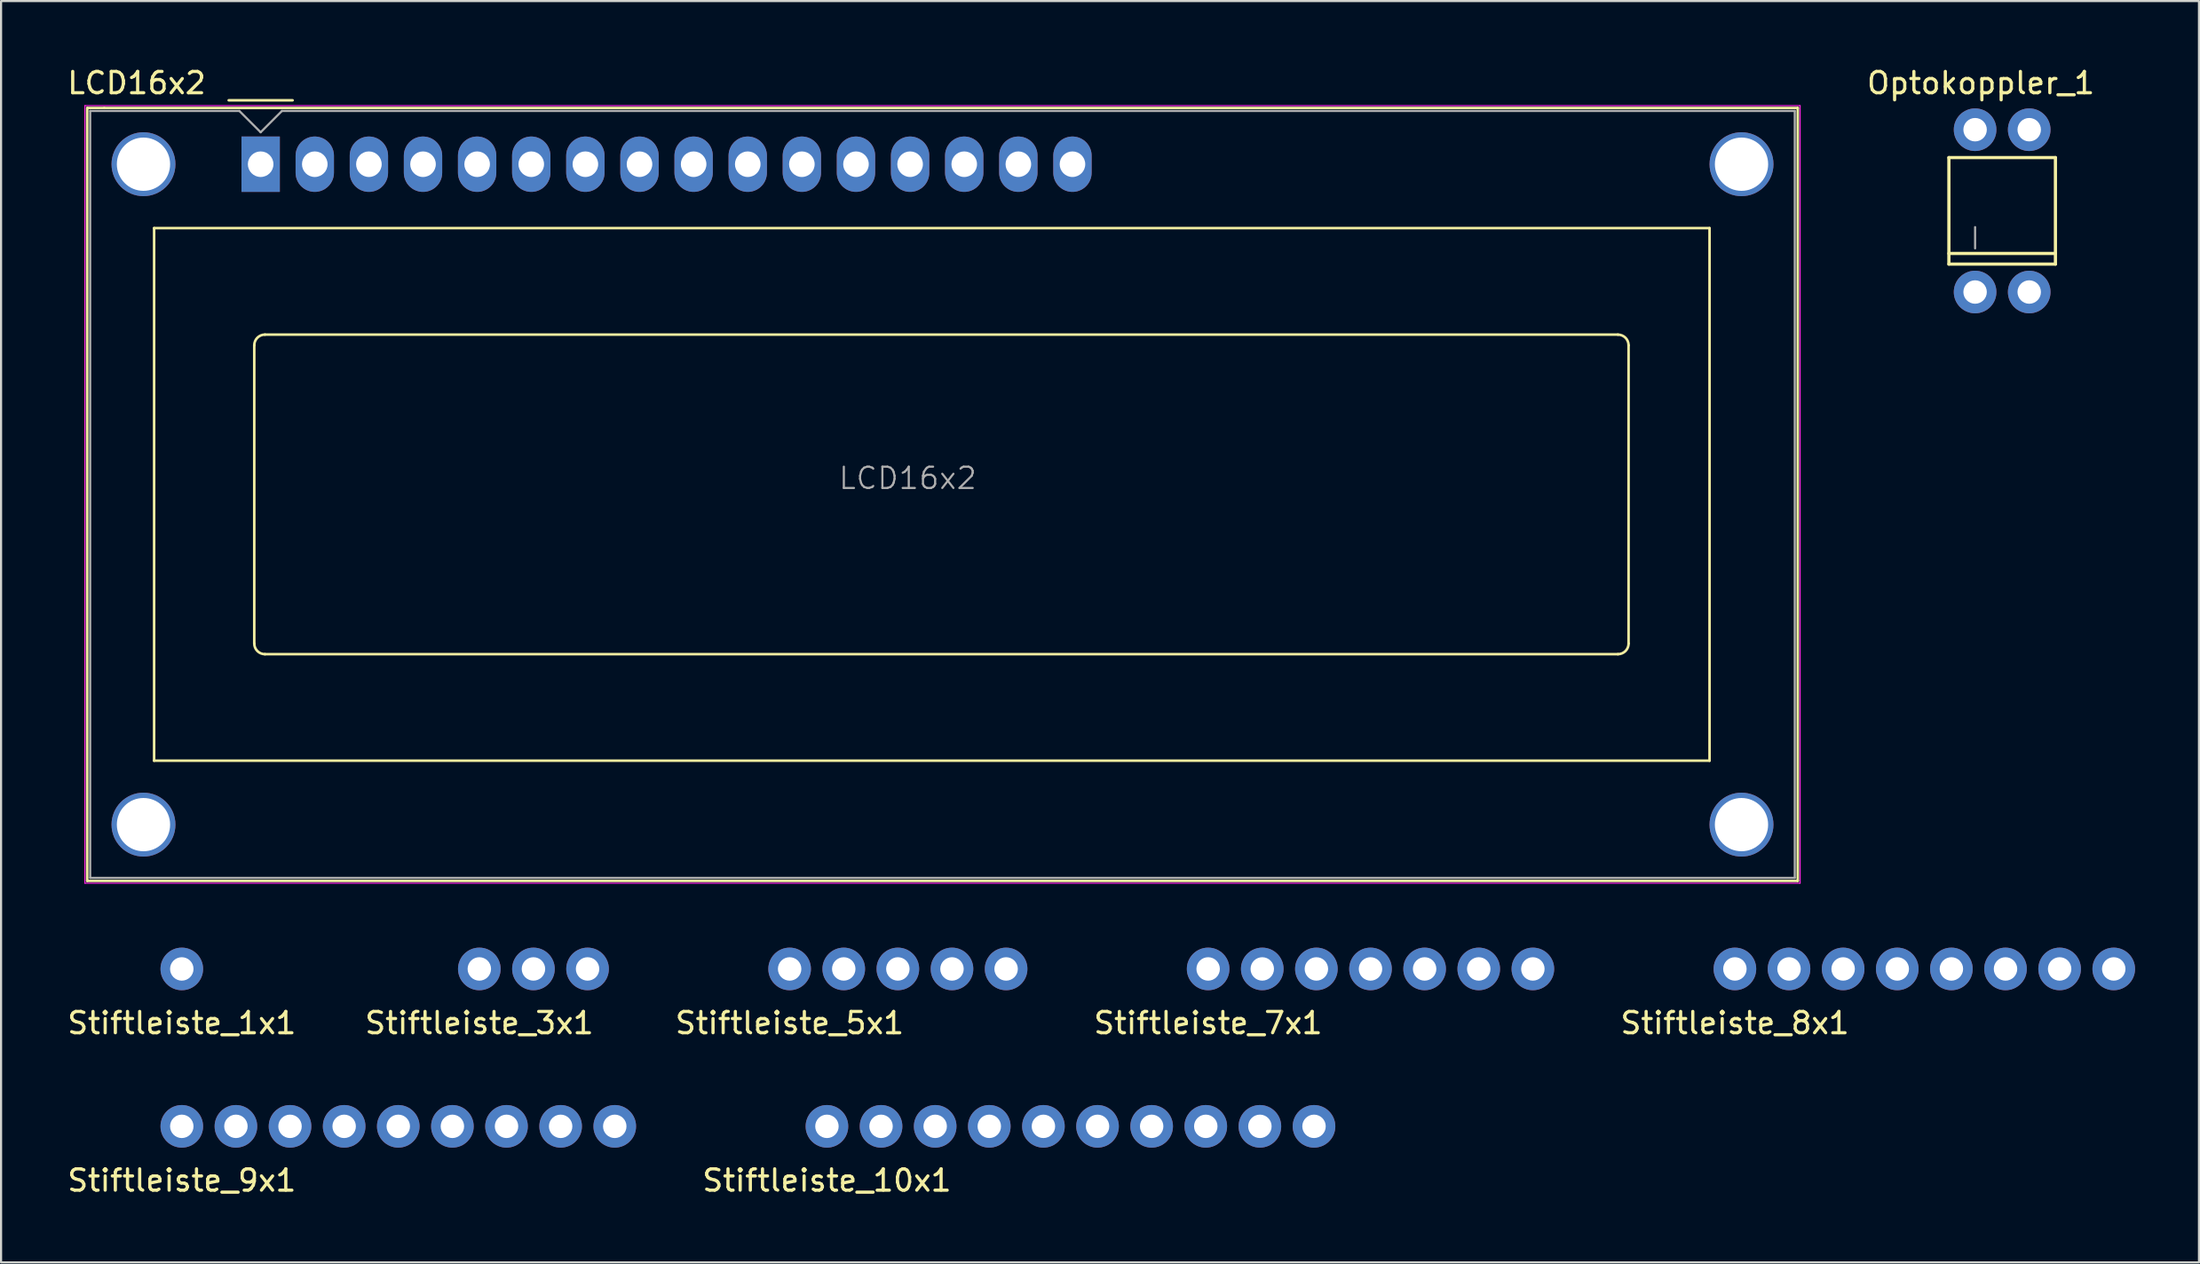
<source format=kicad_pcb>
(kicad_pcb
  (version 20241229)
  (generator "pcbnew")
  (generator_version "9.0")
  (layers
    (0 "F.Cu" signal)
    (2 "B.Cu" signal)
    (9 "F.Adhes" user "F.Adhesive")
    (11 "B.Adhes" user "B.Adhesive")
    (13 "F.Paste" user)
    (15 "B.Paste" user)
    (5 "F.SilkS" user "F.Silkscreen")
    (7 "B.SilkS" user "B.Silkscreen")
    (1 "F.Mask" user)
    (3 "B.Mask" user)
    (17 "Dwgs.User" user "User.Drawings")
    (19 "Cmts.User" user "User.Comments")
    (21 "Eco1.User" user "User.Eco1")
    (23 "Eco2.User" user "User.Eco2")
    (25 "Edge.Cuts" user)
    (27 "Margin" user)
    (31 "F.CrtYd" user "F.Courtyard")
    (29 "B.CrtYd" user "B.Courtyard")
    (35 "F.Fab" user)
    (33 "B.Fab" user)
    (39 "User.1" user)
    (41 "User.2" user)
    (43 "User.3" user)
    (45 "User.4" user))
  (footprint "Stiftleiste_1x1"
    (layer "F.Cu")
    (at 5.482 42.433)
    (property "Reference" "Stiftleiste_1x1" (at 0 2.54 0) (layer "F.SilkS") (effects (font (size 1 1) (thickness 0.15))))
    (attr through_hole)
    (pad "1" thru_hole circle (at 0 0) (size 2 2) (drill 1.1) (layers "*.Cu" "*.Mask")))
  (footprint "Stiftleiste_7x1"
    (layer "F.Cu")
    (at 53.651 42.433)
    (property "Reference" "Stiftleiste_7x1" (at 0 2.54 0) (layer "F.SilkS") (effects (font (size 1 1) (thickness 0.15))))
    (attr through_hole)
    (pad "1" thru_hole circle (at 0 0) (size 2 2) (drill 1.1) (layers "*.Cu" "*.Mask"))
    (pad "2" thru_hole circle (at 2.54 0) (size 2 2) (drill 1.1) (layers "*.Cu" "*.Mask"))
    (pad "3" thru_hole circle (at 5.08 0) (size 2 2) (drill 1.1) (layers "*.Cu" "*.Mask"))
    (pad "4" thru_hole circle (at 7.62 0) (size 2 2) (drill 1.1) (layers "*.Cu" "*.Mask"))
    (pad "5" thru_hole circle (at 10.16 0) (size 2 2) (drill 1.1) (layers "*.Cu" "*.Mask"))
    (pad "6" thru_hole circle (at 12.7 0) (size 2 2) (drill 1.1) (layers "*.Cu" "*.Mask"))
    (pad "7" thru_hole circle (at 15.24 0) (size 2 2) (drill 1.1) (layers "*.Cu" "*.Mask")))
  (footprint "Stiftleiste_9x1"
    (layer "F.Cu")
    (at 5.482 49.822)
    (property "Reference" "Stiftleiste_9x1" (at 0 2.54 0) (layer "F.SilkS") (effects (font (size 1 1) (thickness 0.15))))
    (attr through_hole)
    (pad "1" thru_hole circle (at 0 0) (size 2 2) (drill 1.1) (layers "*.Cu" "*.Mask"))
    (pad "2" thru_hole circle (at 2.54 0) (size 2 2) (drill 1.1) (layers "*.Cu" "*.Mask"))
    (pad "3" thru_hole circle (at 5.08 0) (size 2 2) (drill 1.1) (layers "*.Cu" "*.Mask"))
    (pad "4" thru_hole circle (at 7.62 0) (size 2 2) (drill 1.1) (layers "*.Cu" "*.Mask"))
    (pad "5" thru_hole circle (at 10.16 0) (size 2 2) (drill 1.1) (layers "*.Cu" "*.Mask"))
    (pad "6" thru_hole circle (at 12.7 0) (size 2 2) (drill 1.1) (layers "*.Cu" "*.Mask"))
    (pad "7" thru_hole circle (at 15.24 0) (size 2 2) (drill 1.1) (layers "*.Cu" "*.Mask"))
    (pad "8" thru_hole circle (at 17.78 0) (size 2 2) (drill 1.1) (layers "*.Cu" "*.Mask"))
    (pad "9" thru_hole circle (at 20.32 0) (size 2 2) (drill 1.1) (layers "*.Cu" "*.Mask")))
  (footprint "Optokoppler_1"
    (layer "F.Cu")
    (at 90.916 6.848)
    (property "Reference" "Optokoppler_1" (at -1 -6 0) (layer "F.SilkS") (effects (font (size 1 1) (thickness 0.15))))
    (attr through_hole)
    (fp_line (start -2.5 -2.5) (end -2.5 2.5) (stroke (width 0.15) (type solid)) (layer "F.SilkS"))
    (fp_line (start -2.5 2) (end 2.5 2) (stroke (width 0.15) (type solid)) (layer "F.SilkS"))
    (fp_line (start -2.5 2.5) (end 2.5 2.5) (stroke (width 0.15) (type solid)) (layer "F.SilkS"))
    (fp_line (start 2.5 -2.5) (end -2.5 -2.5) (stroke (width 0.15) (type solid)) (layer "F.SilkS"))
    (fp_line (start 2.5 2.5) (end 2.5 -2.5) (stroke (width 0.15) (type solid)) (layer "F.SilkS"))
    (fp_line (start -1.27 1.762) (end -1.27 0.762) (stroke (width 0.1) (type solid)) (layer "F.Fab"))
    (pad "1" thru_hole circle (at -1.27 3.81) (size 2 2) (drill 1.1) (layers "*.Cu" "*.Mask"))
    (pad "2" thru_hole circle (at 1.27 3.81) (size 2 2) (drill 1.1) (layers "*.Cu" "*.Mask"))
    (pad "3" thru_hole circle (at 1.27 -3.81) (size 2 2) (drill 1.1) (layers "*.Cu" "*.Mask"))
    (pad "4" thru_hole circle (at -1.27 -3.81) (size 2 2) (drill 1.1) (layers "*.Cu" "*.Mask")))
  (footprint "Stiftleiste_10x1"
    (layer "F.Cu")
    (at 35.76 49.822)
    (property "Reference" "Stiftleiste_10x1" (at 0 2.54 0) (layer "F.SilkS") (effects (font (size 1 1) (thickness 0.15))))
    (attr through_hole)
    (pad "1" thru_hole circle (at 0 0) (size 2 2) (drill 1.1) (layers "*.Cu" "*.Mask"))
    (pad "2" thru_hole circle (at 2.54 0) (size 2 2) (drill 1.1) (layers "*.Cu" "*.Mask"))
    (pad "3" thru_hole circle (at 5.08 0) (size 2 2) (drill 1.1) (layers "*.Cu" "*.Mask"))
    (pad "4" thru_hole circle (at 7.62 0) (size 2 2) (drill 1.1) (layers "*.Cu" "*.Mask"))
    (pad "5" thru_hole circle (at 10.16 0) (size 2 2) (drill 1.1) (layers "*.Cu" "*.Mask"))
    (pad "6" thru_hole circle (at 12.7 0) (size 2 2) (drill 1.1) (layers "*.Cu" "*.Mask"))
    (pad "7" thru_hole circle (at 15.24 0) (size 2 2) (drill 1.1) (layers "*.Cu" "*.Mask"))
    (pad "8" thru_hole circle (at 17.78 0) (size 2 2) (drill 1.1) (layers "*.Cu" "*.Mask"))
    (pad "9" thru_hole circle (at 20.32 0) (size 2 2) (drill 1.1) (layers "*.Cu" "*.Mask"))
    (pad "10" thru_hole circle (at 22.86 0) (size 2 2) (drill 1.1) (layers "*.Cu" "*.Mask")))
  (footprint "Stiftleiste_5x1"
    (layer "F.Cu")
    (at 34.009 42.433)
    (property "Reference" "Stiftleiste_5x1" (at 0 2.54 0) (layer "F.SilkS") (effects (font (size 1 1) (thickness 0.15))))
    (attr through_hole)
    (pad "1" thru_hole circle (at 0 0) (size 2 2) (drill 1.1) (layers "*.Cu" "*.Mask"))
    (pad "2" thru_hole circle (at 2.54 0) (size 2 2) (drill 1.1) (layers "*.Cu" "*.Mask"))
    (pad "3" thru_hole circle (at 5.08 0) (size 2 2) (drill 1.1) (layers "*.Cu" "*.Mask"))
    (pad "4" thru_hole circle (at 7.62 0) (size 2 2) (drill 1.1) (layers "*.Cu" "*.Mask"))
    (pad "5" thru_hole circle (at 10.16 0) (size 2 2) (drill 1.1) (layers "*.Cu" "*.Mask")))
  (footprint "Stiftleiste_3x1"
    (layer "F.Cu")
    (at 19.446 42.433)
    (property "Reference" "Stiftleiste_3x1" (at 0 2.54 0) (layer "F.SilkS") (effects (font (size 1 1) (thickness 0.15))))
    (attr through_hole)
    (pad "1" thru_hole circle (at 0 0) (size 2 2) (drill 1.1) (layers "*.Cu" "*.Mask"))
    (pad "2" thru_hole circle (at 2.54 0) (size 2 2) (drill 1.1) (layers "*.Cu" "*.Mask"))
    (pad "3" thru_hole circle (at 5.08 0) (size 2 2) (drill 1.1) (layers "*.Cu" "*.Mask")))
  (footprint "Stiftleiste_8x1"
    (layer "F.Cu")
    (at 78.373 42.433)
    (property "Reference" "Stiftleiste_8x1" (at 0 2.54 0) (layer "F.SilkS") (effects (font (size 1 1) (thickness 0.15))))
    (attr through_hole)
    (pad "1" thru_hole circle (at 0 0) (size 2 2) (drill 1.1) (layers "*.Cu" "*.Mask"))
    (pad "2" thru_hole circle (at 2.54 0) (size 2 2) (drill 1.1) (layers "*.Cu" "*.Mask"))
    (pad "3" thru_hole circle (at 5.08 0) (size 2 2) (drill 1.1) (layers "*.Cu" "*.Mask"))
    (pad "4" thru_hole circle (at 7.62 0) (size 2 2) (drill 1.1) (layers "*.Cu" "*.Mask"))
    (pad "5" thru_hole circle (at 10.16 0) (size 2 2) (drill 1.1) (layers "*.Cu" "*.Mask"))
    (pad "6" thru_hole circle (at 12.7 0) (size 2 2) (drill 1.1) (layers "*.Cu" "*.Mask"))
    (pad "7" thru_hole circle (at 15.24 0) (size 2 2) (drill 1.1) (layers "*.Cu" "*.Mask"))
    (pad "8" thru_hole circle (at 17.78 0) (size 2 2) (drill 1.1) (layers "*.Cu" "*.Mask")))
  (footprint "LCD16x2"
    (layer "F.Cu")
    (at 9.183 4.658)
    (property "Reference" "LCD16x2" (at -5.82 -3.81 0) (layer "F.SilkS") (effects (font (size 1 1) (thickness 0.15))))
    (attr through_hole)
    (fp_line (start -8.14 -2.64) (end -8.14 33.64) (stroke (width 0.12) (type solid)) (layer "F.SilkS"))
    (fp_line (start -8.14 33.64) (end 72.14 33.64) (stroke (width 0.12) (type solid)) (layer "F.SilkS"))
    (fp_line (start -8.13 -2.64) (end -7.34 -2.64) (stroke (width 0.12) (type solid)) (layer "F.SilkS"))
    (fp_line (start -5 3) (end 68 3) (stroke (width 0.12) (type solid)) (layer "F.SilkS"))
    (fp_line (start -5 28) (end -5 3) (stroke (width 0.12) (type solid)) (layer "F.SilkS"))
    (fp_line (start -1.5 -3) (end 1.5 -3) (stroke (width 0.12) (type solid)) (layer "F.SilkS"))
    (fp_line (start -0.3 22.499) (end -0.3 8.5) (stroke (width 0.12) (type solid)) (layer "F.SilkS"))
    (fp_line (start 0.2 8) (end 63.7 8) (stroke (width 0.12) (type solid)) (layer "F.SilkS"))
    (fp_line (start 63.701 23) (end 0.2 23) (stroke (width 0.12) (type solid)) (layer "F.SilkS"))
    (fp_line (start 64.2 8.5) (end 64.2 22.5) (stroke (width 0.12) (type solid)) (layer "F.SilkS"))
    (fp_line (start 68 3) (end 68 28) (stroke (width 0.12) (type solid)) (layer "F.SilkS"))
    (fp_line (start 68 28) (end -5 28) (stroke (width 0.12) (type solid)) (layer "F.SilkS"))
    (fp_line (start 72.14 -2.64) (end -7.34 -2.64) (stroke (width 0.12) (type solid)) (layer "F.SilkS"))
    (fp_line (start 72.14 33.64) (end 72.14 -2.64) (stroke (width 0.12) (type solid)) (layer "F.SilkS"))
    (fp_arc (start -0.29972 8.49884) (mid -0.153162 8.145018) (end 0.20066 7.99846) (stroke (width 0.12) (type solid)) (layer "F.SilkS"))
    (fp_arc (start 0.20066 22.9997) (mid -0.153162 22.853142) (end -0.29972 22.49932) (stroke (width 0.12) (type solid)) (layer "F.SilkS"))
    (fp_arc (start 63.7 8) (mid 64.053553 8.146447) (end 64.2 8.5) (stroke (width 0.12) (type solid)) (layer "F.SilkS"))
    (fp_arc (start 64.20104 22.49932) (mid 64.054482 22.853142) (end 63.70066 22.9997) (stroke (width 0.12) (type solid)) (layer "F.SilkS"))
    (fp_line (start -8.25 -2.75) (end -8.25 33.75) (stroke (width 0.05) (type solid)) (layer "F.CrtYd"))
    (fp_line (start -8.25 -2.75) (end 72.25 -2.75) (stroke (width 0.05) (type solid)) (layer "F.CrtYd"))
    (fp_line (start -8.25 33.75) (end 72.25 33.75) (stroke (width 0.05) (type solid)) (layer "F.CrtYd"))
    (fp_line (start 72.25 -2.75) (end 72.25 33.75) (stroke (width 0.05) (type solid)) (layer "F.CrtYd"))
    (fp_line (start -8 33.5) (end -8 -2.5) (stroke (width 0.1) (type solid)) (layer "F.Fab"))
    (fp_line (start -1 -2.5) (end -8 -2.5) (stroke (width 0.1) (type solid)) (layer "F.Fab"))
    (fp_line (start 0 -1.5) (end -1 -2.5) (stroke (width 0.1) (type solid)) (layer "F.Fab"))
    (fp_line (start 1 -2.5) (end 0 -1.5) (stroke (width 0.1) (type solid)) (layer "F.Fab"))
    (fp_line (start 1 -2.5) (end 72 -2.5) (stroke (width 0.1) (type solid)) (layer "F.Fab"))
    (fp_line (start 72 -2.5) (end 72 33.5) (stroke (width 0.1) (type solid)) (layer "F.Fab"))
    (fp_line (start 72 33.5) (end -8 33.5) (stroke (width 0.1) (type solid)) (layer "F.Fab"))
    (fp_text user "${REFERENCE}" (at 30.37 14.74 0) (layer "F.Fab") (effects (font (size 1 1) (thickness 0.1))))
    (pad "" thru_hole circle (at -5.499 0) (size 3 3) (drill 2.5) (layers "*.Cu" "*.Mask"))
    (pad "" thru_hole circle (at -5.499 31.001) (size 3 3) (drill 2.5) (layers "*.Cu" "*.Mask"))
    (pad "" thru_hole circle (at 69.499 31.001) (size 3 3) (drill 2.5) (layers "*.Cu" "*.Mask"))
    (pad "" thru_hole circle (at 69.5 0) (size 3 3) (drill 2.5) (layers "*.Cu" "*.Mask"))
    (pad "1" thru_hole rect (at 0 0) (size 1.8 2.6) (drill 1.2) (layers "*.Cu" "*.Mask"))
    (pad "2" thru_hole oval (at 2.54 0) (size 1.8 2.6) (drill 1.2) (layers "*.Cu" "*.Mask"))
    (pad "3" thru_hole oval (at 5.08 0) (size 1.8 2.6) (drill 1.2) (layers "*.Cu" "*.Mask"))
    (pad "4" thru_hole oval (at 7.62 0) (size 1.8 2.6) (drill 1.2) (layers "*.Cu" "*.Mask"))
    (pad "5" thru_hole oval (at 10.16 0) (size 1.8 2.6) (drill 1.2) (layers "*.Cu" "*.Mask"))
    (pad "6" thru_hole oval (at 12.7 0) (size 1.8 2.6) (drill 1.2) (layers "*.Cu" "*.Mask"))
    (pad "7" thru_hole oval (at 15.24 0) (size 1.8 2.6) (drill 1.2) (layers "*.Cu" "*.Mask"))
    (pad "8" thru_hole oval (at 17.78 0) (size 1.8 2.6) (drill 1.2) (layers "*.Cu" "*.Mask"))
    (pad "9" thru_hole oval (at 20.32 0) (size 1.8 2.6) (drill 1.2) (layers "*.Cu" "*.Mask"))
    (pad "10" thru_hole oval (at 22.86 0) (size 1.8 2.6) (drill 1.2) (layers "*.Cu" "*.Mask"))
    (pad "11" thru_hole oval (at 25.4 0) (size 1.8 2.6) (drill 1.2) (layers "*.Cu" "*.Mask"))
    (pad "12" thru_hole oval (at 27.94 0) (size 1.8 2.6) (drill 1.2) (layers "*.Cu" "*.Mask"))
    (pad "13" thru_hole oval (at 30.48 0) (size 1.8 2.6) (drill 1.2) (layers "*.Cu" "*.Mask"))
    (pad "14" thru_hole oval (at 33.02 0) (size 1.8 2.6) (drill 1.2) (layers "*.Cu" "*.Mask"))
    (pad "15" thru_hole oval (at 35.56 0) (size 1.8 2.6) (drill 1.2) (layers "*.Cu" "*.Mask"))
    (pad "16" thru_hole oval (at 38.1 0) (size 1.8 2.6) (drill 1.2) (layers "*.Cu" "*.Mask")))
  (gr_rect
    (start -3 -3)
    (end 100.153 56.21)
    (stroke (width 0.1) (type default))
    (fill no)
    (layer "Edge.Cuts")))
</source>
